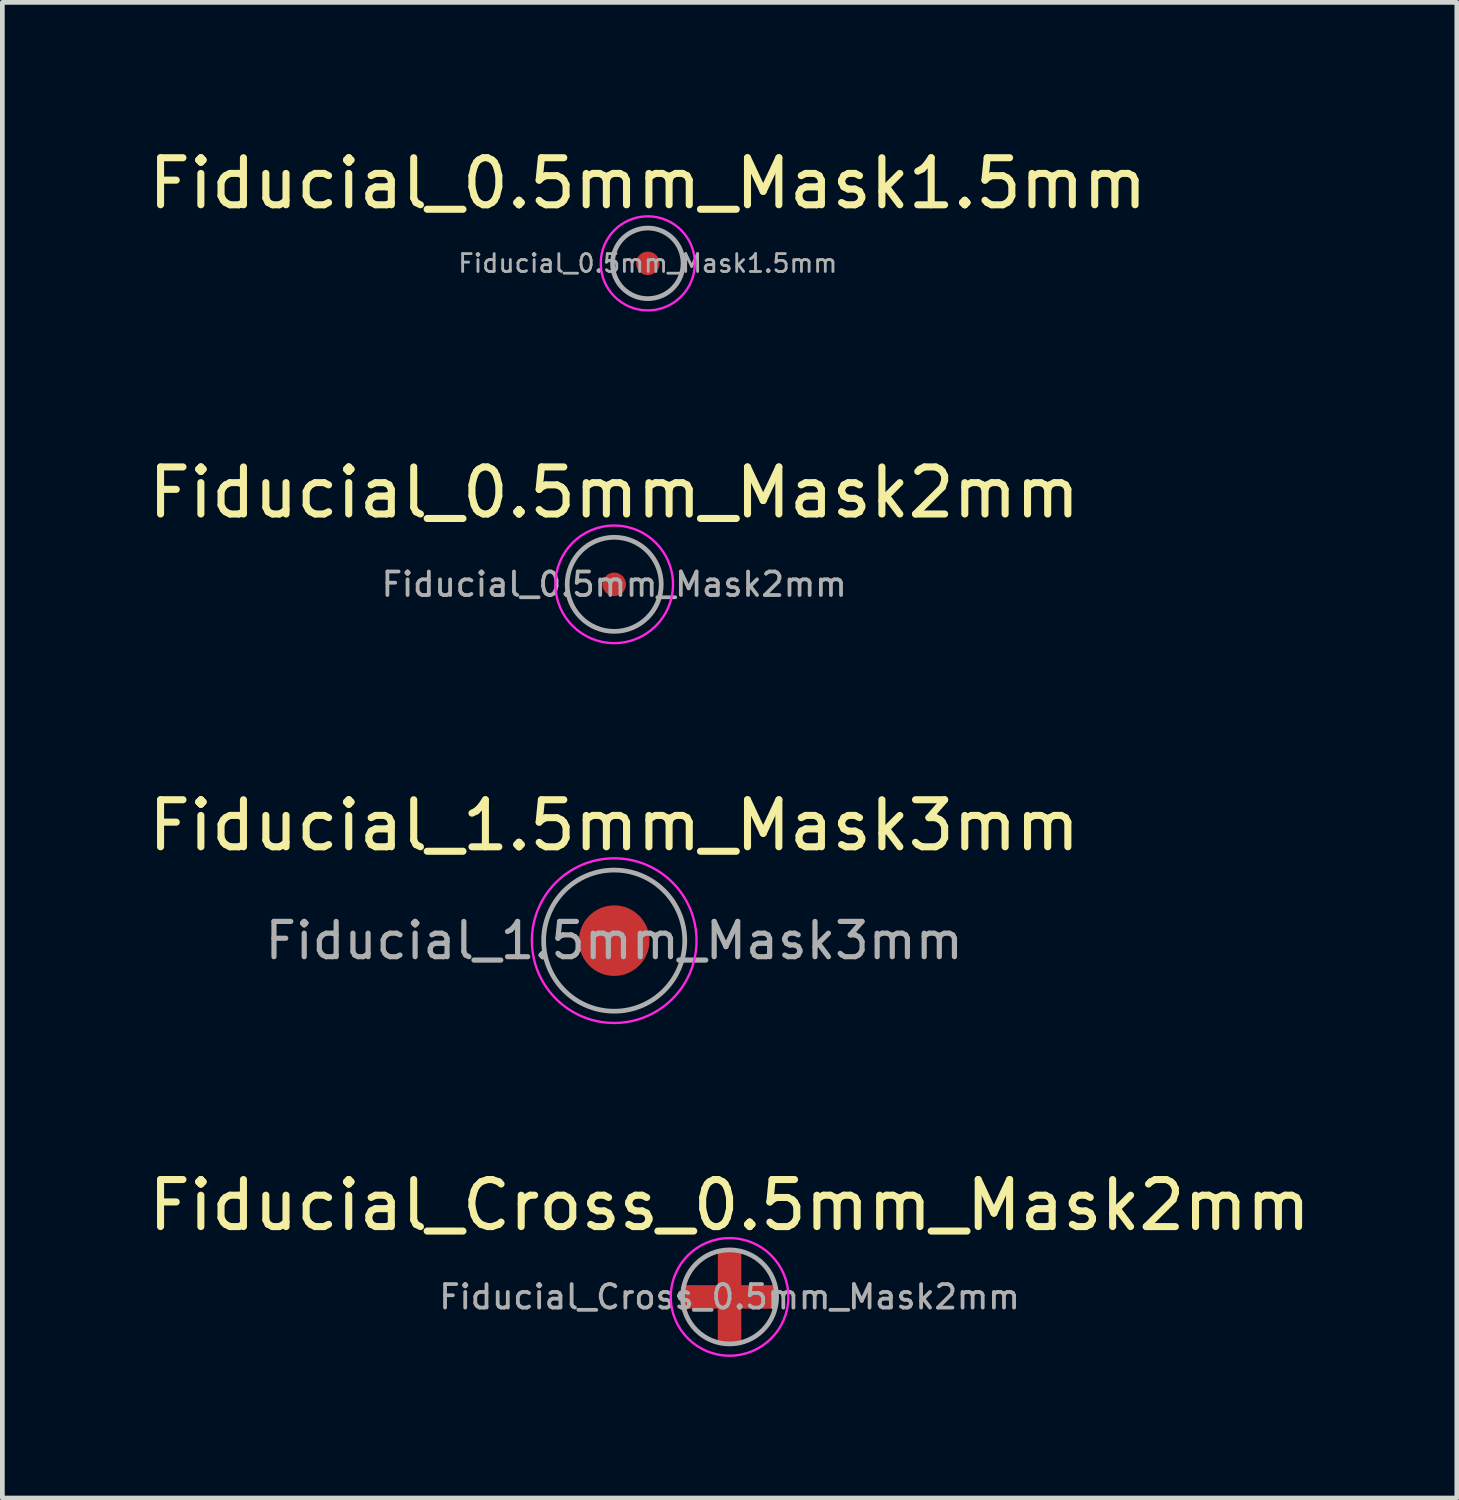
<source format=kicad_pcb>
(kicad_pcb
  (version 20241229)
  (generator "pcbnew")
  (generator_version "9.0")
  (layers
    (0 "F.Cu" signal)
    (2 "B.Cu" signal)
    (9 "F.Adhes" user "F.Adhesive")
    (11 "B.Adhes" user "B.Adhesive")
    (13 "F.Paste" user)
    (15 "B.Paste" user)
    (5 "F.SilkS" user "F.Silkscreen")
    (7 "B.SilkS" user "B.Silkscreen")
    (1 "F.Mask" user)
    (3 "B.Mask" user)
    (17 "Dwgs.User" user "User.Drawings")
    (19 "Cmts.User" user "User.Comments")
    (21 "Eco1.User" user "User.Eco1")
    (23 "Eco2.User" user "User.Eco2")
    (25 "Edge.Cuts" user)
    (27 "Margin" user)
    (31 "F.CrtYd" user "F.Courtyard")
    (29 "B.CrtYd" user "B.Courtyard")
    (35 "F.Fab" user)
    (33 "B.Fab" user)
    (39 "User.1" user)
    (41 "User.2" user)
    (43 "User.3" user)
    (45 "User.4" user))
  (footprint "Fiducial_1.5mm_Mask3mm"
    (layer "F.Cu")
    (at 10.006 16.945)
    (property "Reference" "Fiducial_1.5mm_Mask3mm" (at 0 -2.45 0) (layer "F.SilkS") (effects (font (size 1 1) (thickness 0.15))))
    (attr smd exclude_from_bom)
    (fp_circle (center 0 0) (end 1.75 0) (stroke (width 0.05) (type solid)) (fill no) (layer "F.CrtYd"))
    (fp_circle (center 0 0) (end 1.5 0) (stroke (width 0.1) (type solid)) (fill no) (layer "F.Fab"))
    (fp_text user "${REFERENCE}" (at 0 0 0) (layer "F.Fab") (effects (font (size 0.75 0.75) (thickness 0.11))))
    (pad "" smd circle (at 0 0) (size 1.5 1.5) (layers "F.Cu" "F.Mask")))
  (footprint "Fiducial_Cross_0.5mm_Mask2mm"
    (layer "F.Cu")
    (at 12.458 24.518)
    (property "Reference" "Fiducial_Cross_0.5mm_Mask2mm" (at 0 -1.95 0) (layer "F.SilkS") (effects (font (size 1 1) (thickness 0.15))))
    (attr smd exclude_from_bom)
    (fp_rect (start -1 -0.25) (end 1 0.25) (stroke (width 0) (type solid)) (fill yes) (layer "F.Cu"))
    (fp_rect (start -0.25 -1) (end 0.25 1) (stroke (width 0) (type solid)) (fill yes) (layer "F.Cu"))
    (fp_circle (center 0 0) (end 1.25 0) (stroke (width 0.05) (type solid)) (fill no) (layer "F.CrtYd"))
    (fp_circle (center 0 0) (end 1 0) (stroke (width 0.1) (type solid)) (fill no) (layer "F.Fab"))
    (fp_text user "${REFERENCE}" (at 0 0 0) (layer "F.Fab") (effects (font (size 0.5 0.5) (thickness 0.08))))
    (pad "" smd circle (at 0 0) (size 0.5 0.5) (layers "F.Cu" "F.Mask")))
  (footprint "Fiducial_0.5mm_Mask2mm"
    (layer "F.Cu")
    (at 10.006 9.371)
    (property "Reference" "Fiducial_0.5mm_Mask2mm" (at 0 -1.95 0) (layer "F.SilkS") (effects (font (size 1 1) (thickness 0.15))))
    (attr smd exclude_from_bom)
    (fp_circle (center 0 0) (end 1.25 0) (stroke (width 0.05) (type solid)) (fill no) (layer "F.CrtYd"))
    (fp_circle (center 0 0) (end 1 0) (stroke (width 0.1) (type solid)) (fill no) (layer "F.Fab"))
    (fp_text user "${REFERENCE}" (at 0 0 0) (layer "F.Fab") (effects (font (size 0.5 0.5) (thickness 0.08))))
    (pad "" smd circle (at 0 0) (size 0.5 0.5) (layers "F.Cu" "F.Mask")))
  (footprint "Fiducial_0.5mm_Mask1.5mm"
    (layer "F.Cu")
    (at 10.72 2.548)
    (property "Reference" "Fiducial_0.5mm_Mask1.5mm" (at 0 -1.7 0) (layer "F.SilkS") (effects (font (size 1 1) (thickness 0.15))))
    (attr smd exclude_from_bom)
    (fp_circle (center 0 0) (end 1 0) (stroke (width 0.05) (type solid)) (fill no) (layer "F.CrtYd"))
    (fp_circle (center 0 0) (end 0.75 0) (stroke (width 0.1) (type solid)) (fill no) (layer "F.Fab"))
    (fp_text user "${REFERENCE}" (at 0 0 0) (layer "F.Fab") (effects (font (size 0.38 0.38) (thickness 0.06))))
    (pad "" smd circle (at 0 0) (size 0.5 0.5) (layers "F.Cu" "F.Mask")))
  (gr_rect
    (start -3 -3)
    (end 27.917 28.793)
    (stroke (width 0.1) (type default))
    (fill no)
    (layer "Edge.Cuts")))
</source>
